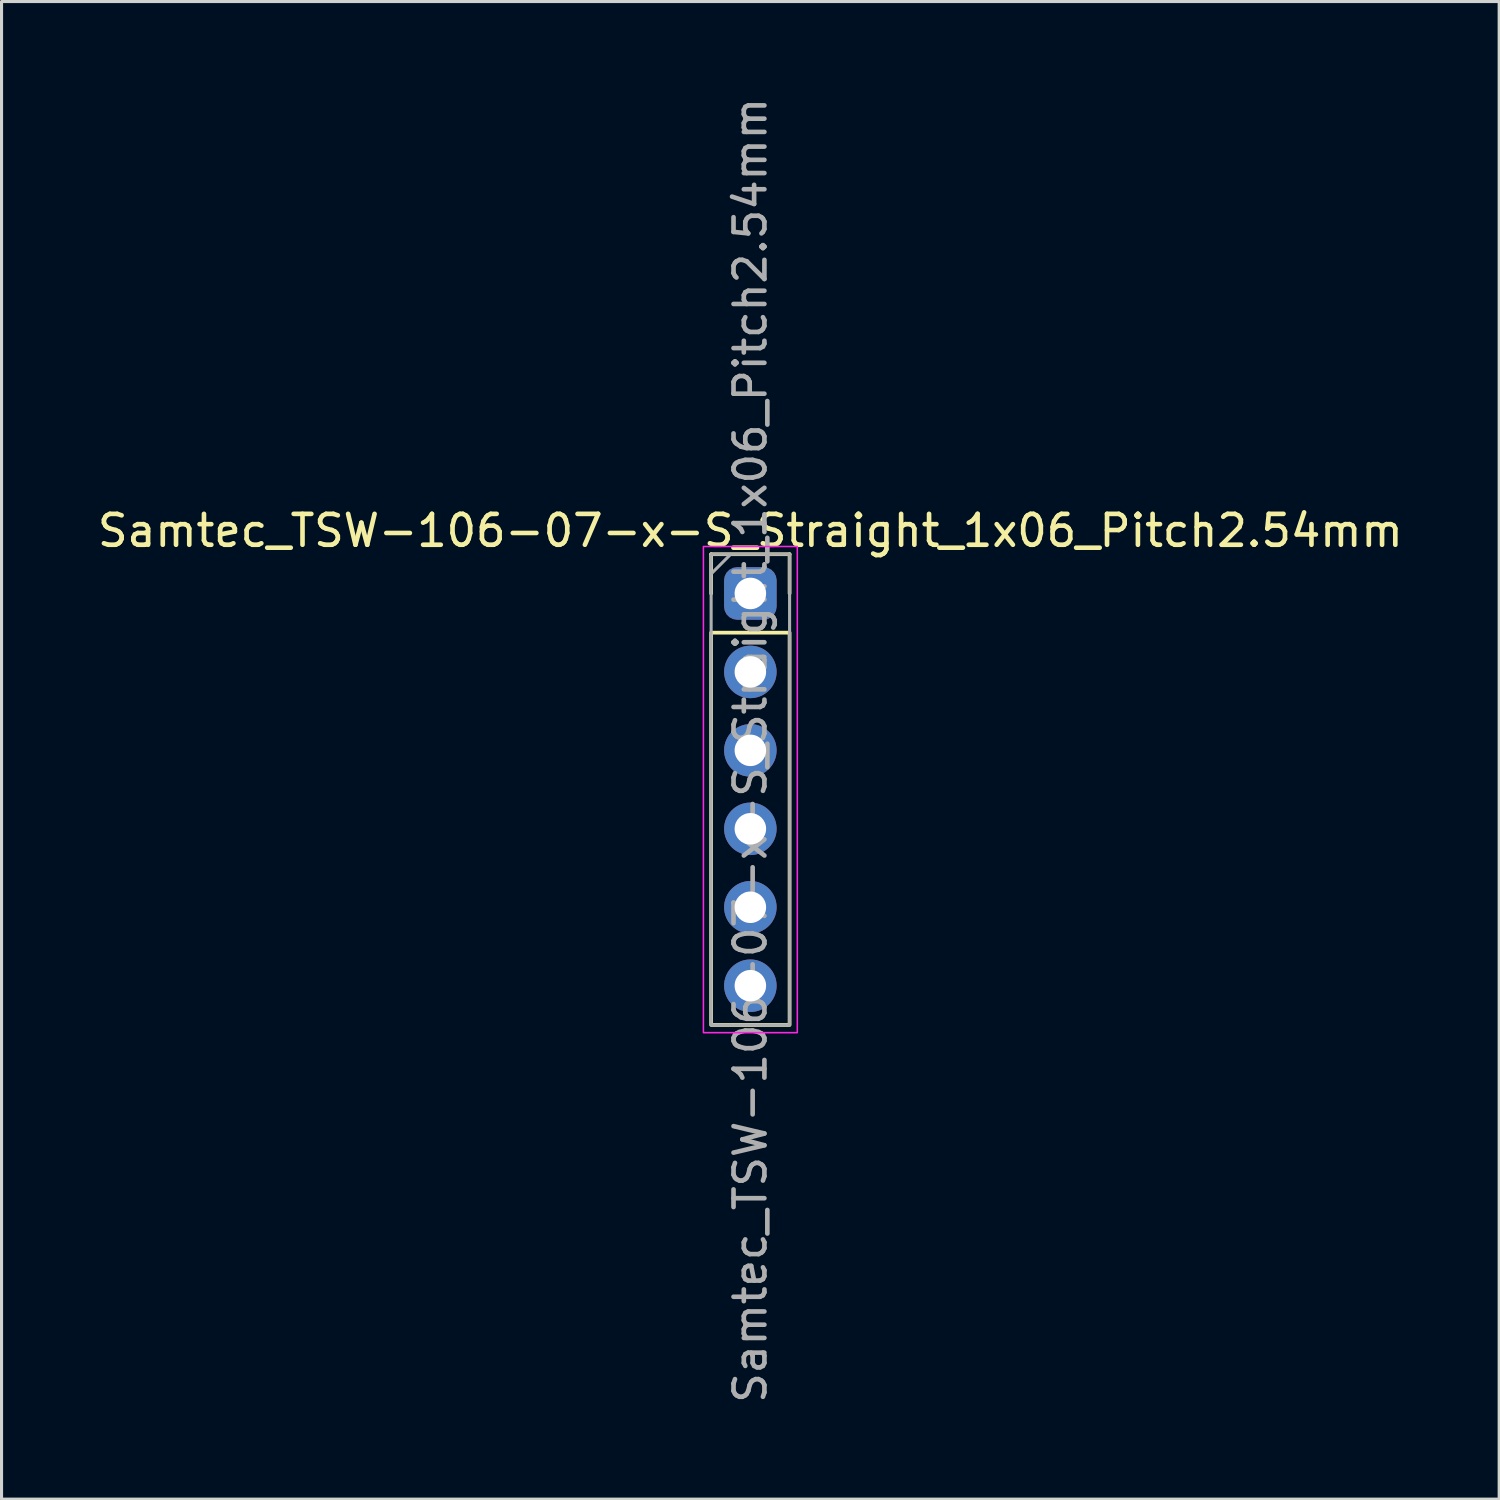
<source format=kicad_pcb>
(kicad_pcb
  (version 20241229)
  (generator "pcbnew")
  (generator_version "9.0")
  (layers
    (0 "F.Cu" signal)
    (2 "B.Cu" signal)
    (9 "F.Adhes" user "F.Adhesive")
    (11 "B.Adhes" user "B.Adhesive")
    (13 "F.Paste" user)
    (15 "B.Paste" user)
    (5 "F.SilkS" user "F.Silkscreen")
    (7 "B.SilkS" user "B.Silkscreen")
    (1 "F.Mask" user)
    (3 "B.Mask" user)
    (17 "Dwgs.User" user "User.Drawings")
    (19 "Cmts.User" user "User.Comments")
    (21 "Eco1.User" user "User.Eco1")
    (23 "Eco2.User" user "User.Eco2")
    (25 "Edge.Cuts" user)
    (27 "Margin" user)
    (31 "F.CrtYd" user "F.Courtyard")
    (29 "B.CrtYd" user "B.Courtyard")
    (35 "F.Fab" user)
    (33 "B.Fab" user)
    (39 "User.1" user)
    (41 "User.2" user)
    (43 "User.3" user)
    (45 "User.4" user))
  (footprint "Samtec_TSW-106-07-x-S_Straight_1x06_Pitch2.54mm"
    (layer "F.Cu")
    (at 21.244 16.164)
    (property "Reference" "Samtec_TSW-106-07-x-S_Straight_1x06_Pitch2.54mm" (at 0 -2.032 0) (unlocked yes) (layer "F.SilkS") (effects (font (size 1 1) (thickness 0.15))))
    (attr through_hole)
    (fp_line (start -1.27 -1.27) (end 1.27 -1.27) (stroke (width 0.12) (type default)) (layer "F.SilkS"))
    (fp_line (start -1.27 0) (end -1.27 -1.27) (stroke (width 0.12) (type default)) (layer "F.SilkS"))
    (fp_line (start 1.27 -1.27) (end 1.27 0) (stroke (width 0.12) (type default)) (layer "F.SilkS"))
    (fp_rect (start -1.27 1.27) (end 1.27 13.97) (stroke (width 0.12) (type default)) (fill no) (layer "F.SilkS"))
    (fp_rect (start -1.52 -1.52) (end 1.52 14.22) (stroke (width 0.05) (type default)) (fill no) (layer "F.CrtYd"))
    (fp_line (start -1.27 -0.635) (end -0.635 -1.27) (stroke (width 0.1) (type default)) (layer "F.Fab"))
    (fp_rect (start -1.27 -1.27) (end 1.27 13.97) (stroke (width 0.1) (type default)) (fill no) (layer "F.Fab"))
    (fp_text user "${REFERENCE}" (at 0 5.08 90) (unlocked yes) (layer "F.Fab") (effects (font (size 1 1) (thickness 0.15))))
    (pad "1" thru_hole roundrect (at 0 0) (size 1.7 1.7) (drill 1.02) (layers "*.Cu" "*.Mask") (roundrect_rratio 0.25))
    (pad "2" thru_hole circle (at 0 2.54) (size 1.7 1.7) (drill 1.02) (layers "*.Cu" "*.Mask"))
    (pad "3" thru_hole circle (at 0 5.08) (size 1.7 1.7) (drill 1.02) (layers "*.Cu" "*.Mask"))
    (pad "4" thru_hole circle (at 0 7.62) (size 1.7 1.7) (drill 1.02) (layers "*.Cu" "*.Mask"))
    (pad "5" thru_hole circle (at 0 10.16) (size 1.7 1.7) (drill 1.02) (layers "*.Cu" "*.Mask"))
    (pad "6" thru_hole circle (at 0 12.7) (size 1.7 1.7) (drill 1.02) (layers "*.Cu" "*.Mask")))
  (gr_rect
    (start -3 -3)
    (end 45.488 45.488)
    (stroke (width 0.1) (type default))
    (fill no)
    (layer "Edge.Cuts")))
</source>
